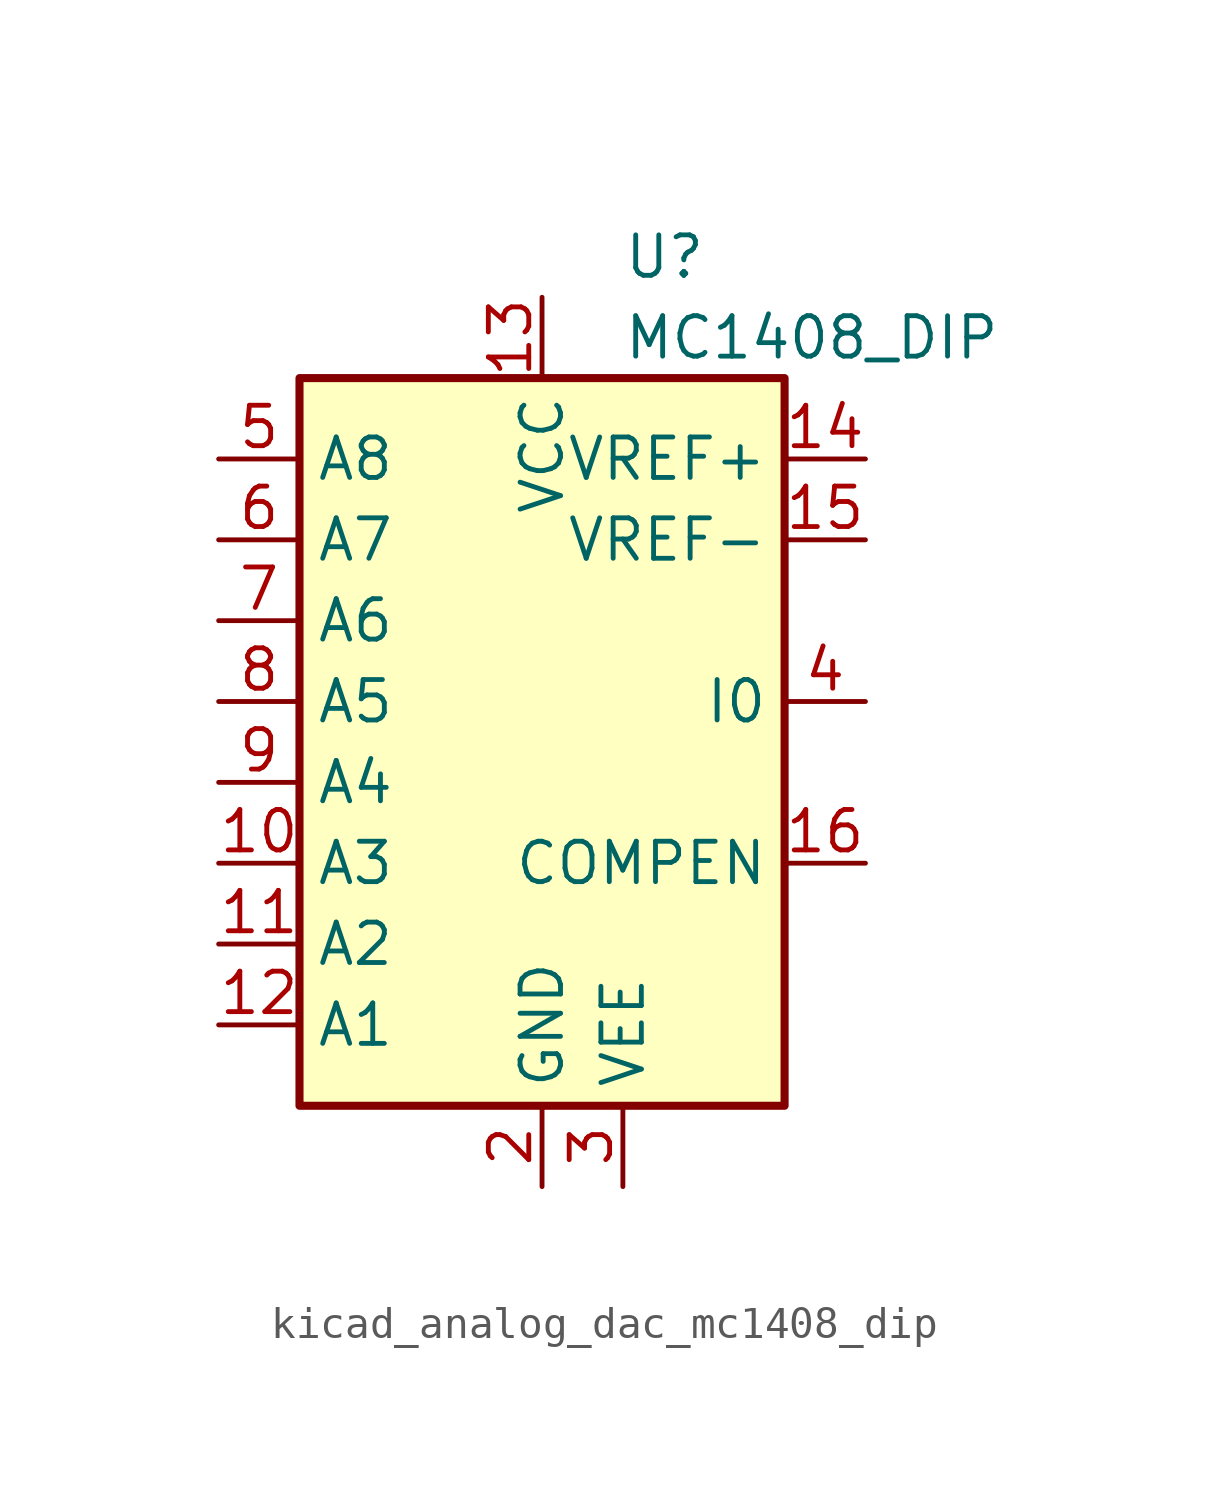
<source format=kicad_sym>
(kicad_symbol_lib
  (version 20220914)
  (generator kicad_symbol_editor)
  (symbol "kicad_analog_dac_mc1408_dip"
    (property "Reference" "U"
      (at 2.54 16.51 0)
      (effects (font (size 1.27 1.27)) (justify left)))
    (property "Value" "MC1408_DIP"
      (at 2.54 13.97 0)
      (effects (font (size 1.27 1.27)) (justify left)))
    (symbol "kicad_analog_dac_mc1408_dip_0_0"
      (rectangle (start -7.62 -10.16) (end 7.62 12.7) (stroke (width 0.254) (type default)) (fill (type background))))
    (symbol "kicad_analog_dac_mc1408_dip_1_1"
      (pin no_connect line (at 7.62 -5.08 180) (length 2.54) hide (name "NC" (effects (font (size 1.27 1.27)))) (number "1" (effects (font (size 1.27 1.27)))))
      (pin input line (at -10.16 -2.54 0) (length 2.54) (name "A3" (effects (font (size 1.27 1.27)))) (number "10" (effects (font (size 1.27 1.27)))))
      (pin input line (at -10.16 -5.08 0) (length 2.54) (name "A2" (effects (font (size 1.27 1.27)))) (number "11" (effects (font (size 1.27 1.27)))))
      (pin input line (at -10.16 -7.62 0) (length 2.54) (name "A1" (effects (font (size 1.27 1.27)))) (number "12" (effects (font (size 1.27 1.27)))))
      (pin power_in line (at 0 15.24 270) (length 2.54) (name "VCC" (effects (font (size 1.27 1.27)))) (number "13" (effects (font (size 1.27 1.27)))))
      (pin output line (at 10.16 10.16 180) (length 2.54) (name "VREF+" (effects (font (size 1.27 1.27)))) (number "14" (effects (font (size 1.27 1.27)))))
      (pin output line (at 10.16 7.62 180) (length 2.54) (name "VREF-" (effects (font (size 1.27 1.27)))) (number "15" (effects (font (size 1.27 1.27)))))
      (pin passive line (at 10.16 -2.54 180) (length 2.54) (name "COMPEN" (effects (font (size 1.27 1.27)))) (number "16" (effects (font (size 1.27 1.27)))))
      (pin power_in line (at 0 -12.7 90) (length 2.54) (name "GND" (effects (font (size 1.27 1.27)))) (number "2" (effects (font (size 1.27 1.27)))))
      (pin power_in line (at 2.54 -12.7 90) (length 2.54) (name "VEE" (effects (font (size 1.27 1.27)))) (number "3" (effects (font (size 1.27 1.27)))))
      (pin input line (at 10.16 2.54 180) (length 2.54) (name "I0" (effects (font (size 1.27 1.27)))) (number "4" (effects (font (size 1.27 1.27)))))
      (pin input line (at -10.16 10.16 0) (length 2.54) (name "A8" (effects (font (size 1.27 1.27)))) (number "5" (effects (font (size 1.27 1.27)))))
      (pin input line (at -10.16 7.62 0) (length 2.54) (name "A7" (effects (font (size 1.27 1.27)))) (number "6" (effects (font (size 1.27 1.27)))))
      (pin input line (at -10.16 5.08 0) (length 2.54) (name "A6" (effects (font (size 1.27 1.27)))) (number "7" (effects (font (size 1.27 1.27)))))
      (pin input line (at -10.16 2.54 0) (length 2.54) (name "A5" (effects (font (size 1.27 1.27)))) (number "8" (effects (font (size 1.27 1.27)))))
      (pin input line (at -10.16 0 0) (length 2.54) (name "A4" (effects (font (size 1.27 1.27)))) (number "9" (effects (font (size 1.27 1.27))))))))
</source>
